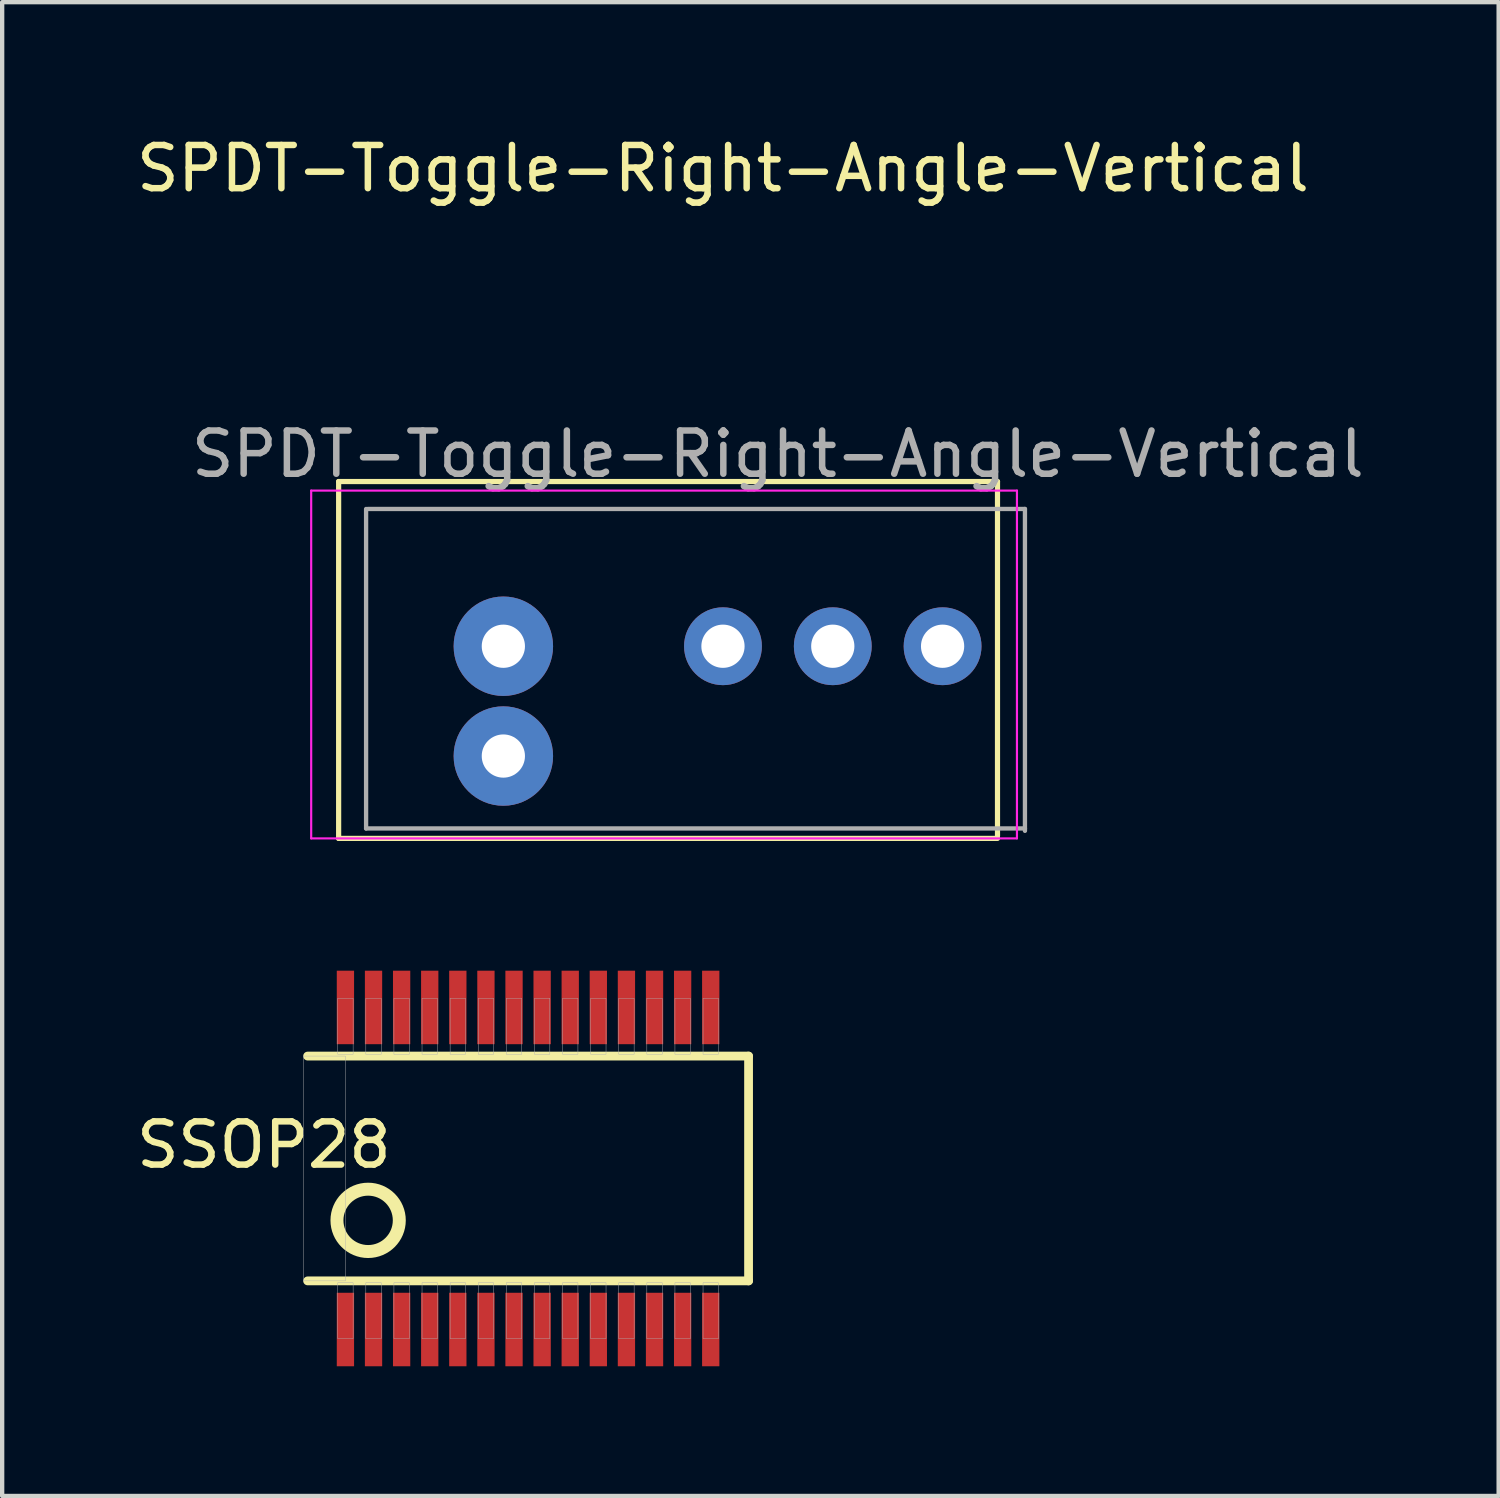
<source format=kicad_pcb>
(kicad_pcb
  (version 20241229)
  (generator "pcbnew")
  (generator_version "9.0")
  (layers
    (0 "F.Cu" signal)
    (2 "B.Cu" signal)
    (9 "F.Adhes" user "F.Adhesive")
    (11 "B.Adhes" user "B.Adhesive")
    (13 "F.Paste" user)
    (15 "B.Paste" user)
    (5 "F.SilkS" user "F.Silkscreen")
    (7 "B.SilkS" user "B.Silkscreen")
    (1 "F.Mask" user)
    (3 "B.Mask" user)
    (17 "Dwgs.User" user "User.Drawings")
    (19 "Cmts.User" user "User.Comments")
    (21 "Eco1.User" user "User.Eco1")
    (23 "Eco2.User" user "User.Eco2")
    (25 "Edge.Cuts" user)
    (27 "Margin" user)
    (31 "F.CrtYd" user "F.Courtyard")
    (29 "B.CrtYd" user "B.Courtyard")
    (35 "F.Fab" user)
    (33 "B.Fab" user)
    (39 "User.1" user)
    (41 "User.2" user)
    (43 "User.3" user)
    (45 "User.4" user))
  (footprint "SPDT-Toggle-Right-Angle-Vertical"
    (layer "F.Cu")
    (at 13.673 11.898)
    (property "Reference" "SPDT-Toggle-Right-Angle-Vertical" (at 0 -11.05 0) (layer "F.SilkS") (effects (font (size 1 1) (thickness 0.15))))
    (attr through_hole)
    (fp_line (start -8.89 -3.81) (end -8.89 4.445) (stroke (width 0.12) (type solid)) (layer "F.SilkS"))
    (fp_line (start -8.89 -3.81) (end 6.35 -3.81) (stroke (width 0.12) (type solid)) (layer "F.SilkS"))
    (fp_line (start -8.89 4.445) (end 6.35 4.445) (stroke (width 0.12) (type solid)) (layer "F.SilkS"))
    (fp_line (start 6.35 -3.81) (end 6.35 4.39) (stroke (width 0.12) (type solid)) (layer "F.SilkS"))
    (fp_line (start -9.525 -3.6) (end -9.525 4.445) (stroke (width 0.05) (type solid)) (layer "F.CrtYd"))
    (fp_line (start -9.525 4.445) (end 6.8 4.445) (stroke (width 0.05) (type solid)) (layer "F.CrtYd"))
    (fp_line (start 6.8 -3.6) (end -9.525 -3.6) (stroke (width 0.05) (type solid)) (layer "F.CrtYd"))
    (fp_line (start 6.8 4.445) (end 6.8 -3.6) (stroke (width 0.05) (type solid)) (layer "F.CrtYd"))
    (fp_line (start -8.255 -3.175) (end -8.255 4.215) (stroke (width 0.1) (type solid)) (layer "F.Fab"))
    (fp_line (start -8.255 4.215) (end 6.985 4.215) (stroke (width 0.1) (type solid)) (layer "F.Fab"))
    (fp_line (start 6.985 -3.175) (end -8.215 -3.175) (stroke (width 0.1) (type solid)) (layer "F.Fab"))
    (fp_line (start 6.985 4.27) (end 6.985 -3.175) (stroke (width 0.1) (type solid)) (layer "F.Fab"))
    (fp_text user "${REFERENCE}" (at 1.27 -4.445 0) (layer "F.Fab") (effects (font (size 1 1) (thickness 0.15))))
    (pad "" thru_hole circle (at -5.08 0) (size 2.3 2.3) (drill 1) (layers "*.Cu" "*.Mask"))
    (pad "" thru_hole circle (at -5.08 2.54) (size 2.3 2.3) (drill 1) (layers "*.Cu" "*.Mask"))
    (pad "1" thru_hole circle (at 0 0) (size 1.8 1.8) (drill 1) (layers "*.Cu" "*.Mask"))
    (pad "2" thru_hole circle (at 2.54 0) (size 1.8 1.8) (drill 1) (layers "*.Cu" "*.Mask"))
    (pad "3" thru_hole circle (at 5.08 0) (size 1.8 1.8) (drill 1) (layers "*.Cu" "*.Mask")))
  (footprint "SSOP28"
    (layer "F.Cu")
    (at 9.165 23.978)
    (property "Reference" "SSOP28" (at -6.111 -0.545 180) (layer "F.SilkS") (effects (font (size 1 1) (thickness 0.15))))
    (attr smd)
    (fp_line (start -5.1 2.6) (end 5.1 2.6) (stroke (width 0.203) (type solid)) (layer "F.SilkS"))
    (fp_line (start 5.1 -2.6) (end -5.1 -2.6) (stroke (width 0.203) (type solid)) (layer "F.SilkS"))
    (fp_line (start 5.1 2.6) (end 5.1 -2.6) (stroke (width 0.203) (type solid)) (layer "F.SilkS"))
    (fp_circle (center -3.7 1.2) (end -2.979 1.2) (stroke (width 0.3) (type solid)) (fill no) (layer "F.SilkS"))
    (fp_poly (pts (xy -5.2 -2.6) (xy -4.225 -2.6) (xy -4.225 2.6) (xy -5.2 2.6)) (stroke (width 0.01) (type solid)) (fill no) (layer "F.Fab"))
    (fp_poly (pts (xy -4.403 -3.937) (xy -4.047 -3.937) (xy -4.047 -2.642) (xy -4.403 -2.642)) (stroke (width 0.01) (type solid)) (fill no) (layer "F.Fab"))
    (fp_poly (pts (xy -4.403 2.642) (xy -4.047 2.642) (xy -4.047 3.937) (xy -4.403 3.937)) (stroke (width 0.01) (type solid)) (fill no) (layer "F.Fab"))
    (fp_poly (pts (xy -3.753 -3.937) (xy -3.397 -3.937) (xy -3.397 -2.642) (xy -3.753 -2.642)) (stroke (width 0.01) (type solid)) (fill no) (layer "F.Fab"))
    (fp_poly (pts (xy -3.753 2.642) (xy -3.397 2.642) (xy -3.397 3.937) (xy -3.753 3.937)) (stroke (width 0.01) (type solid)) (fill no) (layer "F.Fab"))
    (fp_poly (pts (xy -3.103 -3.937) (xy -2.747 -3.937) (xy -2.747 -2.642) (xy -3.103 -2.642)) (stroke (width 0.01) (type solid)) (fill no) (layer "F.Fab"))
    (fp_poly (pts (xy -3.103 2.642) (xy -2.747 2.642) (xy -2.747 3.937) (xy -3.103 3.937)) (stroke (width 0.01) (type solid)) (fill no) (layer "F.Fab"))
    (fp_poly (pts (xy -2.453 -3.937) (xy -2.097 -3.937) (xy -2.097 -2.642) (xy -2.453 -2.642)) (stroke (width 0.01) (type solid)) (fill no) (layer "F.Fab"))
    (fp_poly (pts (xy -2.453 2.642) (xy -2.097 2.642) (xy -2.097 3.937) (xy -2.453 3.937)) (stroke (width 0.01) (type solid)) (fill no) (layer "F.Fab"))
    (fp_poly (pts (xy -1.803 -3.937) (xy -1.447 -3.937) (xy -1.447 -2.642) (xy -1.803 -2.642)) (stroke (width 0.01) (type solid)) (fill no) (layer "F.Fab"))
    (fp_poly (pts (xy -1.803 2.642) (xy -1.447 2.642) (xy -1.447 3.937) (xy -1.803 3.937)) (stroke (width 0.01) (type solid)) (fill no) (layer "F.Fab"))
    (fp_poly (pts (xy -1.153 -3.937) (xy -0.797 -3.937) (xy -0.797 -2.642) (xy -1.153 -2.642)) (stroke (width 0.01) (type solid)) (fill no) (layer "F.Fab"))
    (fp_poly (pts (xy -1.153 2.642) (xy -0.797 2.642) (xy -0.797 3.937) (xy -1.153 3.937)) (stroke (width 0.01) (type solid)) (fill no) (layer "F.Fab"))
    (fp_poly (pts (xy -0.503 -3.937) (xy -0.147 -3.937) (xy -0.147 -2.642) (xy -0.503 -2.642)) (stroke (width 0.01) (type solid)) (fill no) (layer "F.Fab"))
    (fp_poly (pts (xy -0.503 2.642) (xy -0.147 2.642) (xy -0.147 3.937) (xy -0.503 3.937)) (stroke (width 0.01) (type solid)) (fill no) (layer "F.Fab"))
    (fp_poly (pts (xy 0.147 -3.937) (xy 0.503 -3.937) (xy 0.503 -2.642) (xy 0.147 -2.642)) (stroke (width 0.01) (type solid)) (fill no) (layer "F.Fab"))
    (fp_poly (pts (xy 0.147 2.642) (xy 0.503 2.642) (xy 0.503 3.937) (xy 0.147 3.937)) (stroke (width 0.01) (type solid)) (fill no) (layer "F.Fab"))
    (fp_poly (pts (xy 0.797 -3.937) (xy 1.153 -3.937) (xy 1.153 -2.642) (xy 0.797 -2.642)) (stroke (width 0.01) (type solid)) (fill no) (layer "F.Fab"))
    (fp_poly (pts (xy 0.797 2.642) (xy 1.153 2.642) (xy 1.153 3.937) (xy 0.797 3.937)) (stroke (width 0.01) (type solid)) (fill no) (layer "F.Fab"))
    (fp_poly (pts (xy 1.447 -3.937) (xy 1.803 -3.937) (xy 1.803 -2.642) (xy 1.447 -2.642)) (stroke (width 0.01) (type solid)) (fill no) (layer "F.Fab"))
    (fp_poly (pts (xy 1.447 2.642) (xy 1.803 2.642) (xy 1.803 3.937) (xy 1.447 3.937)) (stroke (width 0.01) (type solid)) (fill no) (layer "F.Fab"))
    (fp_poly (pts (xy 2.097 -3.937) (xy 2.453 -3.937) (xy 2.453 -2.642) (xy 2.097 -2.642)) (stroke (width 0.01) (type solid)) (fill no) (layer "F.Fab"))
    (fp_poly (pts (xy 2.097 2.642) (xy 2.453 2.642) (xy 2.453 3.937) (xy 2.097 3.937)) (stroke (width 0.01) (type solid)) (fill no) (layer "F.Fab"))
    (fp_poly (pts (xy 2.747 -3.937) (xy 3.103 -3.937) (xy 3.103 -2.642) (xy 2.747 -2.642)) (stroke (width 0.01) (type solid)) (fill no) (layer "F.Fab"))
    (fp_poly (pts (xy 2.747 2.642) (xy 3.103 2.642) (xy 3.103 3.937) (xy 2.747 3.937)) (stroke (width 0.01) (type solid)) (fill no) (layer "F.Fab"))
    (fp_poly (pts (xy 3.397 -3.937) (xy 3.753 -3.937) (xy 3.753 -2.642) (xy 3.397 -2.642)) (stroke (width 0.01) (type solid)) (fill no) (layer "F.Fab"))
    (fp_poly (pts (xy 3.397 2.642) (xy 3.753 2.642) (xy 3.753 3.937) (xy 3.397 3.937)) (stroke (width 0.01) (type solid)) (fill no) (layer "F.Fab"))
    (fp_poly (pts (xy 4.047 -3.937) (xy 4.403 -3.937) (xy 4.403 -2.642) (xy 4.047 -2.642)) (stroke (width 0.01) (type solid)) (fill no) (layer "F.Fab"))
    (fp_poly (pts (xy 4.047 2.642) (xy 4.403 2.642) (xy 4.403 3.937) (xy 4.047 3.937)) (stroke (width 0.01) (type solid)) (fill no) (layer "F.Fab"))
    (pad "1" smd rect (at -4.225 3.725) (size 0.4 1.7) (layers "F.Cu" "F.Mask" "F.Paste"))
    (pad "2" smd rect (at -3.575 3.725) (size 0.4 1.7) (layers "F.Cu" "F.Mask" "F.Paste"))
    (pad "3" smd rect (at -2.925 3.725) (size 0.4 1.7) (layers "F.Cu" "F.Mask" "F.Paste"))
    (pad "4" smd rect (at -2.275 3.725) (size 0.4 1.7) (layers "F.Cu" "F.Mask" "F.Paste"))
    (pad "5" smd rect (at -1.625 3.725) (size 0.4 1.7) (layers "F.Cu" "F.Mask" "F.Paste"))
    (pad "6" smd rect (at -0.975 3.725) (size 0.4 1.7) (layers "F.Cu" "F.Mask" "F.Paste"))
    (pad "7" smd rect (at -0.325 3.725) (size 0.4 1.7) (layers "F.Cu" "F.Mask" "F.Paste"))
    (pad "8" smd rect (at 0.325 3.725) (size 0.4 1.7) (layers "F.Cu" "F.Mask" "F.Paste"))
    (pad "9" smd rect (at 0.975 3.725) (size 0.4 1.7) (layers "F.Cu" "F.Mask" "F.Paste"))
    (pad "10" smd rect (at 1.625 3.725) (size 0.4 1.7) (layers "F.Cu" "F.Mask" "F.Paste"))
    (pad "11" smd rect (at 2.275 3.725) (size 0.4 1.7) (layers "F.Cu" "F.Mask" "F.Paste"))
    (pad "12" smd rect (at 2.925 3.725) (size 0.4 1.7) (layers "F.Cu" "F.Mask" "F.Paste"))
    (pad "13" smd rect (at 3.575 3.725) (size 0.4 1.7) (layers "F.Cu" "F.Mask" "F.Paste"))
    (pad "14" smd rect (at 4.225 3.725) (size 0.4 1.7) (layers "F.Cu" "F.Mask" "F.Paste"))
    (pad "15" smd rect (at 4.225 -3.725) (size 0.4 1.7) (layers "F.Cu" "F.Mask" "F.Paste"))
    (pad "16" smd rect (at 3.575 -3.725) (size 0.4 1.7) (layers "F.Cu" "F.Mask" "F.Paste"))
    (pad "17" smd rect (at 2.925 -3.725) (size 0.4 1.7) (layers "F.Cu" "F.Mask" "F.Paste"))
    (pad "18" smd rect (at 2.275 -3.725) (size 0.4 1.7) (layers "F.Cu" "F.Mask" "F.Paste"))
    (pad "19" smd rect (at 1.625 -3.725) (size 0.4 1.7) (layers "F.Cu" "F.Mask" "F.Paste"))
    (pad "20" smd rect (at 0.975 -3.725) (size 0.4 1.7) (layers "F.Cu" "F.Mask" "F.Paste"))
    (pad "21" smd rect (at 0.325 -3.725) (size 0.4 1.7) (layers "F.Cu" "F.Mask" "F.Paste"))
    (pad "22" smd rect (at -0.325 -3.725) (size 0.4 1.7) (layers "F.Cu" "F.Mask" "F.Paste"))
    (pad "23" smd rect (at -0.975 -3.725) (size 0.4 1.7) (layers "F.Cu" "F.Mask" "F.Paste"))
    (pad "24" smd rect (at -1.625 -3.725) (size 0.4 1.7) (layers "F.Cu" "F.Mask" "F.Paste"))
    (pad "25" smd rect (at -2.275 -3.725) (size 0.4 1.7) (layers "F.Cu" "F.Mask" "F.Paste"))
    (pad "26" smd rect (at -2.925 -3.725) (size 0.4 1.7) (layers "F.Cu" "F.Mask" "F.Paste"))
    (pad "27" smd rect (at -3.575 -3.725) (size 0.4 1.7) (layers "F.Cu" "F.Mask" "F.Paste"))
    (pad "28" smd rect (at -4.225 -3.725) (size 0.4 1.7) (layers "F.Cu" "F.Mask" "F.Paste")))
  (gr_rect
    (start -3 -3)
    (end 31.615 31.553)
    (stroke (width 0.1) (type default))
    (fill no)
    (layer "Edge.Cuts")))
</source>
